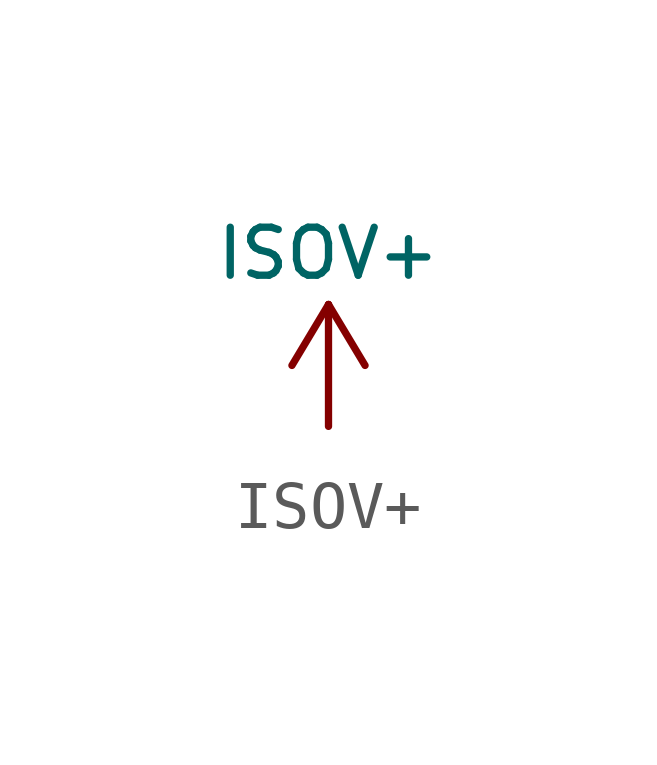
<source format=kicad_sym>
(kicad_symbol_lib
  (version 20241209)
  (generator "kicad_symbol_editor")
  (generator_version "9.0")
  (symbol "ISOV+"
    (power)
    (pin_names
      (offset 0))
    (property "Reference" "#PWR?"
      (at 0 -3.81 0)
      (effects (font (size 1.27 1.27)) (hide yes)))
    (property "Value" "ISOV+"
      (at 0 3.605 0)
      (effects (font (size 1 1))))
    (symbol "ISOV+_0_1"
      (polyline (pts (xy -0.762 1.27) (xy 0 2.54)) (stroke (width 0) (type default)) (fill (type none)))
      (polyline (pts (xy 0 2.54) (xy 0.762 1.27)) (stroke (width 0) (type default)) (fill (type none)))
      (polyline (pts (xy 0 0) (xy 0 2.54)) (stroke (width 0) (type default)) (fill (type none))))
    (symbol "ISOV+_1_1"
      (pin power_in line (at 0 0 90) (length 0) (hide yes) (name "ISOV+" (effects (font (size 1.27 1.27)))) (number "1" (effects (font (size 1.27 1.27))))))))
</source>
